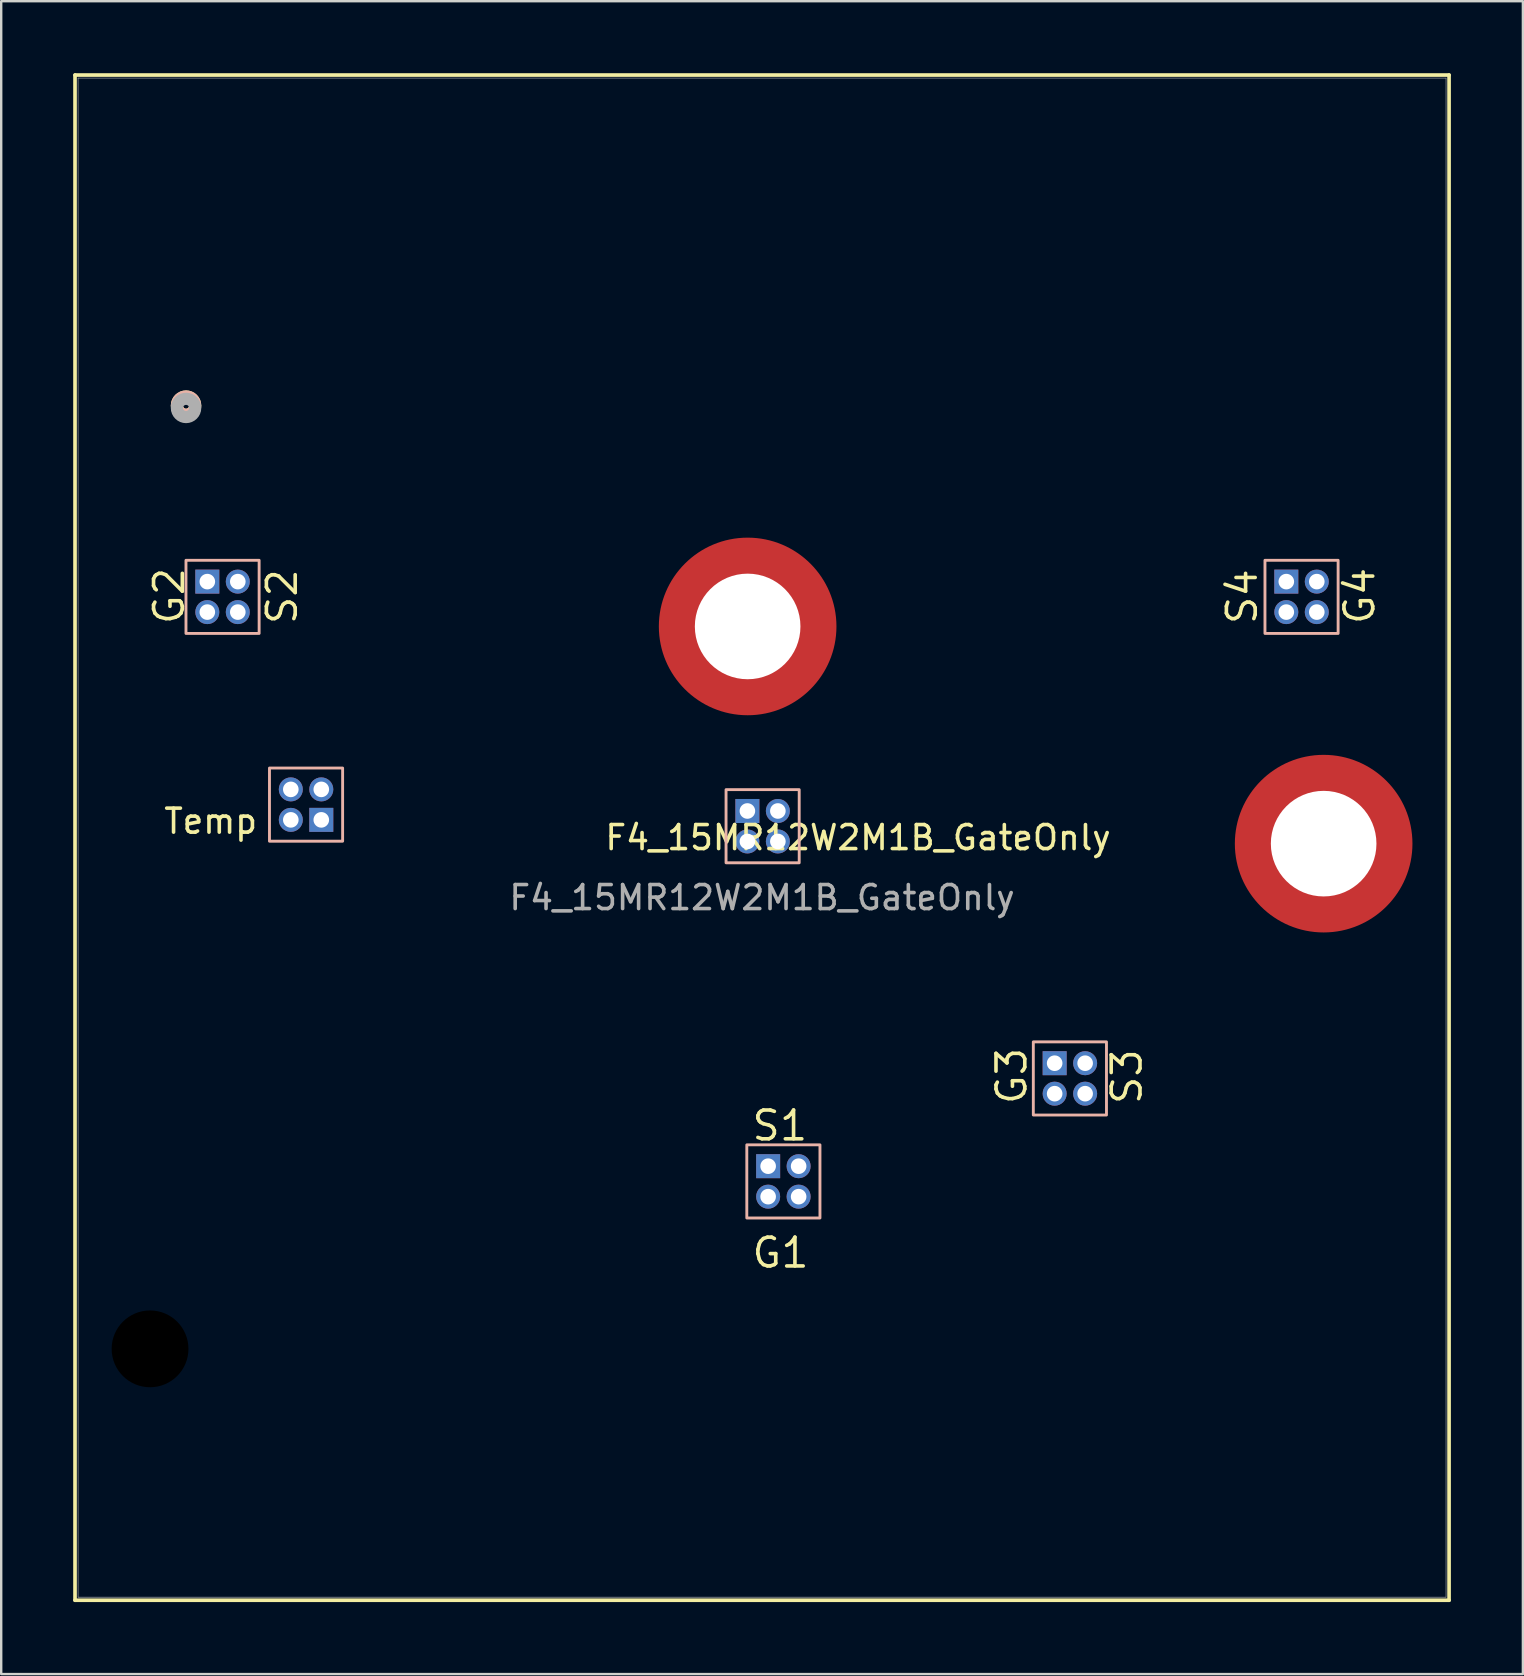
<source format=kicad_pcb>
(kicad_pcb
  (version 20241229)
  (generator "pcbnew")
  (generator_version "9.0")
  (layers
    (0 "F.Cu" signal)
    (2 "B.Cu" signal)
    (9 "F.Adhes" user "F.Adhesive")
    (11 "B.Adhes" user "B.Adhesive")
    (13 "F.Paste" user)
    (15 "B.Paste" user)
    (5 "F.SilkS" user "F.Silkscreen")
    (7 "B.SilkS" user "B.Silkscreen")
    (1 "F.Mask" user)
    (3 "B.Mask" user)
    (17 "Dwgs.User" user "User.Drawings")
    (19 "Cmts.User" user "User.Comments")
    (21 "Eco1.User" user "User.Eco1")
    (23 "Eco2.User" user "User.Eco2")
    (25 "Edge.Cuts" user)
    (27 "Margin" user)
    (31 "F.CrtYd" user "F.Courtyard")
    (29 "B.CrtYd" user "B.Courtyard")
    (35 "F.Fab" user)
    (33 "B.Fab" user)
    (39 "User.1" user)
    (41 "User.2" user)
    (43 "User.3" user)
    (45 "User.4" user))
  (footprint "F4_15MR12W2M1B_GateOnly"
    (layer "F.Cu")
    (at 28.702 31.852)
    (property "Reference" "F4_15MR12W2M1B_GateOnly" (at 4 0 0) (unlocked yes) (layer "F.SilkS") (effects (font (size 1 1) (thickness 0.15))))
    (attr through_hole)
    (fp_line (start -28.626 -31.775) (end -28.626 31.775) (stroke (width 0.152) (type solid)) (layer "F.SilkS"))
    (fp_line (start -28.626 31.775) (end 28.626 31.775) (stroke (width 0.152) (type solid)) (layer "F.SilkS"))
    (fp_line (start 28.626 -31.775) (end -28.626 -31.775) (stroke (width 0.152) (type solid)) (layer "F.SilkS"))
    (fp_line (start 28.626 31.775) (end 28.626 -31.775) (stroke (width 0.152) (type solid)) (layer "F.SilkS"))
    (fp_circle (center -24 -18) (end -23.619 -18) (stroke (width 0.508) (type solid)) (fill no) (layer "F.SilkS"))
    (fp_rect (start -24.003 -11.557) (end -20.955 -8.509) (stroke (width 0.12) (type default)) (fill no) (layer "B.SilkS"))
    (fp_rect (start -17.476 0.148) (end -20.524 -2.9) (stroke (width 0.12) (type default)) (fill no) (layer "B.SilkS"))
    (fp_rect (start -1.5 -2) (end 1.548 1.048) (stroke (width 0.12) (type default)) (fill no) (layer "B.SilkS"))
    (fp_rect (start -0.635 12.8) (end 2.413 15.848) (stroke (width 0.12) (type default)) (fill no) (layer "B.SilkS"))
    (fp_rect (start 11.303 8.509) (end 14.351 11.557) (stroke (width 0.12) (type default)) (fill no) (layer "B.SilkS"))
    (fp_rect (start 20.955 -11.557) (end 24.003 -8.509) (stroke (width 0.12) (type default)) (fill no) (layer "B.SilkS"))
    (fp_circle (center -24 -18) (end -23.619 -18) (stroke (width 0.508) (type solid)) (fill no) (layer "B.SilkS"))
    (fp_arc (start -3.600008 -8.799996) (mid -3.371646 -9.948046) (end -2.721328 -10.921316) (stroke (width 1.3) (type default)) (layer "F.Paste"))
    (fp_arc (start -0.600003 -11.799993) (mid 0.548047 -11.571631) (end 1.521317 -10.921313) (stroke (width 1.3) (type default)) (layer "F.Paste"))
    (fp_arc (start -0.600003 -5.799995) (mid -1.748053 -6.028357) (end -2.721323 -6.678675) (stroke (width 1.3) (type default)) (layer "F.Paste"))
    (fp_arc (start 2.399995 -8.799993) (mid 2.171633 -7.651943) (end 1.521315 -6.678673) (stroke (width 1.3) (type default)) (layer "F.Paste"))
    (fp_arc (start 20.399995 0.249997) (mid 20.628357 -0.898053) (end 21.278675 -1.871323) (stroke (width 1.3) (type default)) (layer "F.Paste"))
    (fp_arc (start 23.4 -2.75) (mid 24.54805 -2.521638) (end 25.52132 -1.87132) (stroke (width 1.3) (type default)) (layer "F.Paste"))
    (fp_arc (start 23.4 3.249998) (mid 22.25195 3.021636) (end 21.27868 2.371318) (stroke (width 1.3) (type default)) (layer "F.Paste"))
    (fp_arc (start 26.399998 0.25) (mid 26.171636 1.39805) (end 25.521318 2.37132) (stroke (width 1.3) (type default)) (layer "F.Paste"))
    (fp_line (start -28.499 -31.648) (end -28.499 31.648) (stroke (width 0.025) (type solid)) (layer "F.Fab"))
    (fp_line (start -28.499 31.648) (end 28.499 31.648) (stroke (width 0.025) (type solid)) (layer "F.Fab"))
    (fp_line (start 28.499 -31.648) (end -28.499 -31.648) (stroke (width 0.025) (type solid)) (layer "F.Fab"))
    (fp_line (start 28.499 31.648) (end 28.499 -31.648) (stroke (width 0.025) (type solid)) (layer "F.Fab"))
    (fp_circle (center -24 -17.905) (end -23.619 -17.905) (stroke (width 0.508) (type solid)) (fill no) (layer "F.Fab"))
    (fp_circle (center -24 -16) (end -23.304 -15.978) (stroke (width 0.12) (type default)) (fill no) (layer "User.4"))
    (fp_circle (center -24 -12.8) (end -23.304 -12.778) (stroke (width 0.12) (type default)) (fill no) (layer "User.4"))
    (fp_circle (center -24 12.8) (end -23.304 12.822) (stroke (width 0.12) (type default)) (fill no) (layer "User.4"))
    (fp_circle (center -24 16) (end -23.304 16.022) (stroke (width 0.12) (type default)) (fill no) (layer "User.4"))
    (fp_circle (center -20.8 -16) (end -20.104 -15.978) (stroke (width 0.12) (type default)) (fill no) (layer "User.4"))
    (fp_circle (center -20.8 -12.8) (end -20.104 -12.778) (stroke (width 0.12) (type default)) (fill no) (layer "User.4"))
    (fp_circle (center -17.6 -16) (end -16.904 -15.978) (stroke (width 0.12) (type default)) (fill no) (layer "User.4"))
    (fp_circle (center -17.6 -12.8) (end -16.904 -12.778) (stroke (width 0.12) (type default)) (fill no) (layer "User.4"))
    (fp_circle (center -11.2 12.8) (end -10.504 12.822) (stroke (width 0.12) (type default)) (fill no) (layer "User.4"))
    (fp_circle (center -11.2 16) (end -10.504 16.022) (stroke (width 0.12) (type default)) (fill no) (layer "User.4"))
    (fp_circle (center -8 -16) (end -7.304 -15.978) (stroke (width 0.12) (type default)) (fill no) (layer "User.4"))
    (fp_circle (center -8 -12.8) (end -7.304 -12.778) (stroke (width 0.12) (type default)) (fill no) (layer "User.4"))
    (fp_circle (center -8 12.8) (end -7.304 12.822) (stroke (width 0.12) (type default)) (fill no) (layer "User.4"))
    (fp_circle (center -8 16) (end -7.304 16.022) (stroke (width 0.12) (type default)) (fill no) (layer "User.4"))
    (fp_circle (center -4.8 -16) (end -4.104 -15.978) (stroke (width 0.12) (type default)) (fill no) (layer "User.4"))
    (fp_circle (center -1.6 -16) (end -0.904 -15.978) (stroke (width 0.12) (type default)) (fill no) (layer "User.4"))
    (fp_circle (center -1.6 12.8) (end -0.904 12.822) (stroke (width 0.12) (type default)) (fill no) (layer "User.4"))
    (fp_circle (center -1.6 16) (end -0.904 16.022) (stroke (width 0.12) (type default)) (fill no) (layer "User.4"))
    (fp_circle (center 1.6 -16) (end 2.296 -15.978) (stroke (width 0.12) (type default)) (fill no) (layer "User.4"))
    (fp_circle (center 4.8 -16) (end 5.496 -15.978) (stroke (width 0.12) (type default)) (fill no) (layer "User.4"))
    (fp_circle (center 8 -16) (end 8.696 -15.978) (stroke (width 0.12) (type default)) (fill no) (layer "User.4"))
    (fp_circle (center 8 -12.8) (end 8.696 -12.778) (stroke (width 0.12) (type default)) (fill no) (layer "User.4"))
    (fp_circle (center 11.2 12.8) (end 11.896 12.822) (stroke (width 0.12) (type default)) (fill no) (layer "User.4"))
    (fp_circle (center 14.4 12.8) (end 15.096 12.822) (stroke (width 0.12) (type default)) (fill no) (layer "User.4"))
    (fp_circle (center 17.6 -16) (end 18.296 -15.978) (stroke (width 0.12) (type default)) (fill no) (layer "User.4"))
    (fp_circle (center 17.6 -12.8) (end 18.296 -12.778) (stroke (width 0.12) (type default)) (fill no) (layer "User.4"))
    (fp_circle (center 20.8 -16) (end 21.496 -15.978) (stroke (width 0.12) (type default)) (fill no) (layer "User.4"))
    (fp_circle (center 20.8 -12.8) (end 21.496 -12.778) (stroke (width 0.12) (type default)) (fill no) (layer "User.4"))
    (fp_circle (center 20.8 12.8) (end 21.496 12.822) (stroke (width 0.12) (type default)) (fill no) (layer "User.4"))
    (fp_circle (center 20.8 16) (end 21.496 16.022) (stroke (width 0.12) (type default)) (fill no) (layer "User.4"))
    (fp_circle (center 24 -16) (end 24.696 -15.978) (stroke (width 0.12) (type default)) (fill no) (layer "User.4"))
    (fp_circle (center 24 -12.8) (end 24.696 -12.778) (stroke (width 0.12) (type default)) (fill no) (layer "User.4"))
    (fp_circle (center 24 12.8) (end 24.696 12.822) (stroke (width 0.12) (type default)) (fill no) (layer "User.4"))
    (fp_circle (center 24 16) (end 24.696 16.022) (stroke (width 0.12) (type default)) (fill no) (layer "User.4"))
    (fp_circle (center -25.5 -21.3) (end -23.9 -21.3) (stroke (width 0.12) (type default)) (fill no) (layer "User.8"))
    (fp_circle (center -25.5 21.3) (end -23.9 21.3) (stroke (width 0.12) (type default)) (fill no) (layer "User.8"))
    (fp_circle (center 0 -26.5) (end 4.5 -26.5) (stroke (width 0.12) (type default)) (fill no) (layer "User.8"))
    (fp_circle (center 0 26.5) (end 4.5 26.5) (stroke (width 0.12) (type default)) (fill no) (layer "User.8"))
    (fp_circle (center 25.5 -21.3) (end 27.1 -21.3) (stroke (width 0.12) (type default)) (fill no) (layer "User.8"))
    (fp_circle (center 25.5 21.3) (end 27.1 21.3) (stroke (width 0.12) (type default)) (fill no) (layer "User.8"))
    (fp_text user "S3" (at 15.2 11.2 90) (unlocked yes) (layer "F.SilkS") (effects (font (size 1.2 1.2) (thickness 0.15)) (justify left)))
    (fp_text user "G4" (at 25.6 -8.8 90) (unlocked yes) (layer "F.SilkS") (effects (font (size 1.2 1.2) (thickness 0.15)) (justify left bottom)))
    (fp_text user "S4" (at 20 -8.8 90) (unlocked yes) (layer "F.SilkS") (effects (font (size 1.2 1.2) (thickness 0.15)) (justify left)))
    (fp_text user "S1" (at -0.5 12 0) (unlocked yes) (layer "F.SilkS") (effects (font (size 1.2 1.2) (thickness 0.15)) (justify left)))
    (fp_text user "G3" (at 10.4 11.2 90) (unlocked yes) (layer "F.SilkS") (effects (font (size 1.2 1.2) (thickness 0.15)) (justify left)))
    (fp_text user "Temp" (at -25 -0.1 0) (unlocked yes) (layer "F.SilkS") (effects (font (size 1 1) (thickness 0.15)) (justify left bottom)))
    (fp_text user "G1" (at -0.5 18 0) (unlocked yes) (layer "F.SilkS") (effects (font (size 1.2 1.2) (thickness 0.15)) (justify left bottom)))
    (fp_text user "S2" (at -20 -8.8 90) (unlocked yes) (layer "F.SilkS") (effects (font (size 1.2 1.2) (thickness 0.15)) (justify left)))
    (fp_text user "G2" (at -24 -8.8 90) (unlocked yes) (layer "F.SilkS") (effects (font (size 1.2 1.2) (thickness 0.15)) (justify left bottom)))
    (fp_text user "${REFERENCE}" (at 0 2.5 0) (unlocked yes) (layer "F.Fab") (effects (font (size 1 1) (thickness 0.15))))
    (pad "" np_thru_hole circle (at -25.5 21.3) (size 3.2 3.2) (drill 3.2) (layers "*.Mask"))
    (pad "" np_thru_hole circle (at -0.6 -8.8) (size 7.4 7.4) (drill 4.4) (layers "*.Mask" "F.Cu"))
    (pad "" np_thru_hole circle (at 23.4 0.25) (size 7.4 7.4) (drill 4.4) (layers "*.Mask" "F.Cu"))
    (pad "DC+" thru_hole rect (at -0.611 -1.111) (size 1 1) (drill 0.65) (layers "*.Cu" "*.Mask"))
    (pad "DC+" thru_hole oval (at -0.611 0.159) (size 1 1) (drill 0.65) (layers "*.Cu" "*.Mask"))
    (pad "DC+" thru_hole oval (at 0.659 -1.111) (size 1 1) (drill 0.65) (layers "*.Cu" "*.Mask"))
    (pad "DC+" thru_hole oval (at 0.659 0.159) (size 1 1) (drill 0.65) (layers "*.Cu" "*.Mask"))
    (pad "G1" thru_hole oval (at 0.254 14.959) (size 1 1) (drill 0.65) (layers "*.Cu" "*.Mask"))
    (pad "G1" thru_hole oval (at 1.524 14.959) (size 1 1) (drill 0.65) (layers "*.Cu" "*.Mask"))
    (pad "G2" thru_hole rect (at -23.114 -10.668) (size 1 1) (drill 0.65) (layers "*.Cu" "*.Mask"))
    (pad "G2" thru_hole oval (at -23.114 -9.398) (size 1 1) (drill 0.65) (layers "*.Cu" "*.Mask"))
    (pad "G3" thru_hole rect (at 12.192 9.398) (size 1 1) (drill 0.65) (layers "*.Cu" "*.Mask"))
    (pad "G3" thru_hole oval (at 12.192 10.668) (size 1 1) (drill 0.65) (layers "*.Cu" "*.Mask"))
    (pad "G4" thru_hole oval (at 23.114 -10.668) (size 1 1) (drill 0.65) (layers "*.Cu" "*.Mask"))
    (pad "G4" thru_hole oval (at 23.114 -9.398) (size 1 1) (drill 0.65) (layers "*.Cu" "*.Mask"))
    (pad "S1" thru_hole rect (at 0.254 13.689) (size 1 1) (drill 0.65) (layers "*.Cu" "*.Mask"))
    (pad "S1" thru_hole oval (at 1.524 13.689) (size 1 1) (drill 0.65) (layers "*.Cu" "*.Mask"))
    (pad "S2" thru_hole oval (at -21.844 -10.668) (size 1 1) (drill 0.65) (layers "*.Cu" "*.Mask"))
    (pad "S2" thru_hole oval (at -21.844 -9.398) (size 1 1) (drill 0.65) (layers "*.Cu" "*.Mask"))
    (pad "S3" thru_hole oval (at 13.462 9.398) (size 1 1) (drill 0.65) (layers "*.Cu" "*.Mask"))
    (pad "S3" thru_hole oval (at 13.462 10.668) (size 1 1) (drill 0.65) (layers "*.Cu" "*.Mask"))
    (pad "S4" thru_hole rect (at 21.844 -10.668) (size 1 1) (drill 0.65) (layers "*.Cu" "*.Mask"))
    (pad "S4" thru_hole oval (at 21.844 -9.398) (size 1 1) (drill 0.65) (layers "*.Cu" "*.Mask"))
    (pad "T1" thru_hole oval (at -18.365 -2.011 180) (size 1 1) (drill 0.65) (layers "*.Cu" "*.Mask"))
    (pad "T1" thru_hole rect (at -18.365 -0.741 180) (size 1 1) (drill 0.65) (layers "*.Cu" "*.Mask"))
    (pad "T2" thru_hole oval (at -19.635 -2.011 180) (size 1 1) (drill 0.65) (layers "*.Cu" "*.Mask"))
    (pad "T2" thru_hole oval (at -19.635 -0.741 180) (size 1 1) (drill 0.65) (layers "*.Cu" "*.Mask")))
  (gr_rect
    (start -3 -3)
    (end 60.404 66.703)
    (stroke (width 0.1) (type default))
    (fill no)
    (layer "Edge.Cuts")))
</source>
